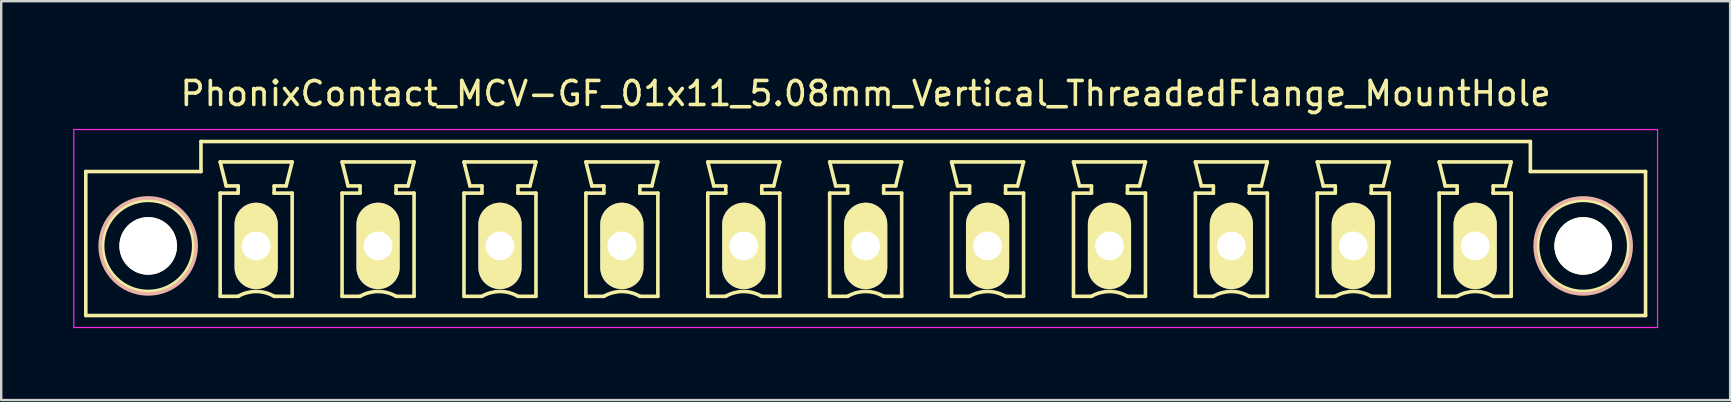
<source format=kicad_pcb>
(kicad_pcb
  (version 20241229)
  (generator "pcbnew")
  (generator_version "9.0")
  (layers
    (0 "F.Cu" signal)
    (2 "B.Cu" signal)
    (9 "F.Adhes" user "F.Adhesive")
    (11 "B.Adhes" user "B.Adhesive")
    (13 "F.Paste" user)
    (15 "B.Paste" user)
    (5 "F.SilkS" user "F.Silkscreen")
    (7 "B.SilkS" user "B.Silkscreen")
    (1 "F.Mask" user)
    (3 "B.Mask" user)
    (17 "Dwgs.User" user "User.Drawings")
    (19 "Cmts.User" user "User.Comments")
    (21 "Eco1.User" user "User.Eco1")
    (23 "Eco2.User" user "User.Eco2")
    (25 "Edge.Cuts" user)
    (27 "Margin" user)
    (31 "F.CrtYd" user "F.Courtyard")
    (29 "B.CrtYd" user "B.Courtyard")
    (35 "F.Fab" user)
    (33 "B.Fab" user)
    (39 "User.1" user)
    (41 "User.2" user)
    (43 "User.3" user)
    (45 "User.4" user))
  (footprint "PhonixContact_MCV-GF_01x11_5.08mm_Vertical_ThreadedFlange_MountHole"
    (layer "F.Cu")
    (at 7.625 7.198)
    (property "Reference" "PhonixContact_MCV-GF_01x11_5.08mm_Vertical_ThreadedFlange_MountHole" (at 25.4 -6.35 0) (layer "F.SilkS") (effects (font (size 1 1) (thickness 0.15))))
    (attr through_hole)
    (fp_line (start -7.1 -3.1) (end -7.1 2.9) (stroke (width 0.15) (type solid)) (layer "F.SilkS"))
    (fp_line (start -7.1 2.9) (end 57.9 2.9) (stroke (width 0.15) (type solid)) (layer "F.SilkS"))
    (fp_line (start -2.3 -4.35) (end -2.3 -3.1) (stroke (width 0.15) (type solid)) (layer "F.SilkS"))
    (fp_line (start -2.3 -3.1) (end -7.1 -3.1) (stroke (width 0.15) (type solid)) (layer "F.SilkS"))
    (fp_line (start -1.5 -3.5) (end 1.5 -3.5) (stroke (width 0.15) (type solid)) (layer "F.SilkS"))
    (fp_line (start -1.5 -2.2) (end -0.75 -2.2) (stroke (width 0.15) (type solid)) (layer "F.SilkS"))
    (fp_line (start -1.5 2.1) (end -1.5 -2.2) (stroke (width 0.15) (type solid)) (layer "F.SilkS"))
    (fp_line (start -1.25 -2.5) (end -1.5 -3.5) (stroke (width 0.15) (type solid)) (layer "F.SilkS"))
    (fp_line (start -0.75 -2.5) (end -1.25 -2.5) (stroke (width 0.15) (type solid)) (layer "F.SilkS"))
    (fp_line (start -0.75 -2.2) (end -0.75 -2.5) (stroke (width 0.15) (type solid)) (layer "F.SilkS"))
    (fp_line (start -0.75 2.1) (end -1.5 2.1) (stroke (width 0.15) (type solid)) (layer "F.SilkS"))
    (fp_line (start 0.75 -2.5) (end 0.75 -2.2) (stroke (width 0.15) (type solid)) (layer "F.SilkS"))
    (fp_line (start 0.75 -2.2) (end 0.75 -2.2) (stroke (width 0.15) (type solid)) (layer "F.SilkS"))
    (fp_line (start 0.75 -2.2) (end 1.5 -2.2) (stroke (width 0.15) (type solid)) (layer "F.SilkS"))
    (fp_line (start 1.25 -2.5) (end 0.75 -2.5) (stroke (width 0.15) (type solid)) (layer "F.SilkS"))
    (fp_line (start 1.5 -3.5) (end 1.25 -2.5) (stroke (width 0.15) (type solid)) (layer "F.SilkS"))
    (fp_line (start 1.5 -2.2) (end 1.5 2.1) (stroke (width 0.15) (type solid)) (layer "F.SilkS"))
    (fp_line (start 1.5 2.1) (end 0.75 2.1) (stroke (width 0.15) (type solid)) (layer "F.SilkS"))
    (fp_line (start 3.58 -3.5) (end 6.58 -3.5) (stroke (width 0.15) (type solid)) (layer "F.SilkS"))
    (fp_line (start 3.58 -2.2) (end 4.33 -2.2) (stroke (width 0.15) (type solid)) (layer "F.SilkS"))
    (fp_line (start 3.58 2.1) (end 3.58 -2.2) (stroke (width 0.15) (type solid)) (layer "F.SilkS"))
    (fp_line (start 3.83 -2.5) (end 3.58 -3.5) (stroke (width 0.15) (type solid)) (layer "F.SilkS"))
    (fp_line (start 4.33 -2.5) (end 3.83 -2.5) (stroke (width 0.15) (type solid)) (layer "F.SilkS"))
    (fp_line (start 4.33 -2.2) (end 4.33 -2.5) (stroke (width 0.15) (type solid)) (layer "F.SilkS"))
    (fp_line (start 4.33 2.1) (end 3.58 2.1) (stroke (width 0.15) (type solid)) (layer "F.SilkS"))
    (fp_line (start 5.83 -2.5) (end 5.83 -2.2) (stroke (width 0.15) (type solid)) (layer "F.SilkS"))
    (fp_line (start 5.83 -2.2) (end 5.83 -2.2) (stroke (width 0.15) (type solid)) (layer "F.SilkS"))
    (fp_line (start 5.83 -2.2) (end 6.58 -2.2) (stroke (width 0.15) (type solid)) (layer "F.SilkS"))
    (fp_line (start 6.33 -2.5) (end 5.83 -2.5) (stroke (width 0.15) (type solid)) (layer "F.SilkS"))
    (fp_line (start 6.58 -3.5) (end 6.33 -2.5) (stroke (width 0.15) (type solid)) (layer "F.SilkS"))
    (fp_line (start 6.58 -2.2) (end 6.58 2.1) (stroke (width 0.15) (type solid)) (layer "F.SilkS"))
    (fp_line (start 6.58 2.1) (end 5.83 2.1) (stroke (width 0.15) (type solid)) (layer "F.SilkS"))
    (fp_line (start 8.66 -3.5) (end 11.66 -3.5) (stroke (width 0.15) (type solid)) (layer "F.SilkS"))
    (fp_line (start 8.66 -2.2) (end 9.41 -2.2) (stroke (width 0.15) (type solid)) (layer "F.SilkS"))
    (fp_line (start 8.66 2.1) (end 8.66 -2.2) (stroke (width 0.15) (type solid)) (layer "F.SilkS"))
    (fp_line (start 8.91 -2.5) (end 8.66 -3.5) (stroke (width 0.15) (type solid)) (layer "F.SilkS"))
    (fp_line (start 9.41 -2.5) (end 8.91 -2.5) (stroke (width 0.15) (type solid)) (layer "F.SilkS"))
    (fp_line (start 9.41 -2.2) (end 9.41 -2.5) (stroke (width 0.15) (type solid)) (layer "F.SilkS"))
    (fp_line (start 9.41 2.1) (end 8.66 2.1) (stroke (width 0.15) (type solid)) (layer "F.SilkS"))
    (fp_line (start 10.91 -2.5) (end 10.91 -2.2) (stroke (width 0.15) (type solid)) (layer "F.SilkS"))
    (fp_line (start 10.91 -2.2) (end 10.91 -2.2) (stroke (width 0.15) (type solid)) (layer "F.SilkS"))
    (fp_line (start 10.91 -2.2) (end 11.66 -2.2) (stroke (width 0.15) (type solid)) (layer "F.SilkS"))
    (fp_line (start 11.41 -2.5) (end 10.91 -2.5) (stroke (width 0.15) (type solid)) (layer "F.SilkS"))
    (fp_line (start 11.66 -3.5) (end 11.41 -2.5) (stroke (width 0.15) (type solid)) (layer "F.SilkS"))
    (fp_line (start 11.66 -2.2) (end 11.66 2.1) (stroke (width 0.15) (type solid)) (layer "F.SilkS"))
    (fp_line (start 11.66 2.1) (end 10.91 2.1) (stroke (width 0.15) (type solid)) (layer "F.SilkS"))
    (fp_line (start 13.74 -3.5) (end 16.74 -3.5) (stroke (width 0.15) (type solid)) (layer "F.SilkS"))
    (fp_line (start 13.74 -2.2) (end 14.49 -2.2) (stroke (width 0.15) (type solid)) (layer "F.SilkS"))
    (fp_line (start 13.74 2.1) (end 13.74 -2.2) (stroke (width 0.15) (type solid)) (layer "F.SilkS"))
    (fp_line (start 13.99 -2.5) (end 13.74 -3.5) (stroke (width 0.15) (type solid)) (layer "F.SilkS"))
    (fp_line (start 14.49 -2.5) (end 13.99 -2.5) (stroke (width 0.15) (type solid)) (layer "F.SilkS"))
    (fp_line (start 14.49 -2.2) (end 14.49 -2.5) (stroke (width 0.15) (type solid)) (layer "F.SilkS"))
    (fp_line (start 14.49 2.1) (end 13.74 2.1) (stroke (width 0.15) (type solid)) (layer "F.SilkS"))
    (fp_line (start 15.99 -2.5) (end 15.99 -2.2) (stroke (width 0.15) (type solid)) (layer "F.SilkS"))
    (fp_line (start 15.99 -2.2) (end 15.99 -2.2) (stroke (width 0.15) (type solid)) (layer "F.SilkS"))
    (fp_line (start 15.99 -2.2) (end 16.74 -2.2) (stroke (width 0.15) (type solid)) (layer "F.SilkS"))
    (fp_line (start 16.49 -2.5) (end 15.99 -2.5) (stroke (width 0.15) (type solid)) (layer "F.SilkS"))
    (fp_line (start 16.74 -3.5) (end 16.49 -2.5) (stroke (width 0.15) (type solid)) (layer "F.SilkS"))
    (fp_line (start 16.74 -2.2) (end 16.74 2.1) (stroke (width 0.15) (type solid)) (layer "F.SilkS"))
    (fp_line (start 16.74 2.1) (end 15.99 2.1) (stroke (width 0.15) (type solid)) (layer "F.SilkS"))
    (fp_line (start 18.82 -3.5) (end 21.82 -3.5) (stroke (width 0.15) (type solid)) (layer "F.SilkS"))
    (fp_line (start 18.82 -2.2) (end 19.57 -2.2) (stroke (width 0.15) (type solid)) (layer "F.SilkS"))
    (fp_line (start 18.82 2.1) (end 18.82 -2.2) (stroke (width 0.15) (type solid)) (layer "F.SilkS"))
    (fp_line (start 19.07 -2.5) (end 18.82 -3.5) (stroke (width 0.15) (type solid)) (layer "F.SilkS"))
    (fp_line (start 19.57 -2.5) (end 19.07 -2.5) (stroke (width 0.15) (type solid)) (layer "F.SilkS"))
    (fp_line (start 19.57 -2.2) (end 19.57 -2.5) (stroke (width 0.15) (type solid)) (layer "F.SilkS"))
    (fp_line (start 19.57 2.1) (end 18.82 2.1) (stroke (width 0.15) (type solid)) (layer "F.SilkS"))
    (fp_line (start 21.07 -2.5) (end 21.07 -2.2) (stroke (width 0.15) (type solid)) (layer "F.SilkS"))
    (fp_line (start 21.07 -2.2) (end 21.07 -2.2) (stroke (width 0.15) (type solid)) (layer "F.SilkS"))
    (fp_line (start 21.07 -2.2) (end 21.82 -2.2) (stroke (width 0.15) (type solid)) (layer "F.SilkS"))
    (fp_line (start 21.57 -2.5) (end 21.07 -2.5) (stroke (width 0.15) (type solid)) (layer "F.SilkS"))
    (fp_line (start 21.82 -3.5) (end 21.57 -2.5) (stroke (width 0.15) (type solid)) (layer "F.SilkS"))
    (fp_line (start 21.82 -2.2) (end 21.82 2.1) (stroke (width 0.15) (type solid)) (layer "F.SilkS"))
    (fp_line (start 21.82 2.1) (end 21.07 2.1) (stroke (width 0.15) (type solid)) (layer "F.SilkS"))
    (fp_line (start 23.9 -3.5) (end 26.9 -3.5) (stroke (width 0.15) (type solid)) (layer "F.SilkS"))
    (fp_line (start 23.9 -2.2) (end 24.65 -2.2) (stroke (width 0.15) (type solid)) (layer "F.SilkS"))
    (fp_line (start 23.9 2.1) (end 23.9 -2.2) (stroke (width 0.15) (type solid)) (layer "F.SilkS"))
    (fp_line (start 24.15 -2.5) (end 23.9 -3.5) (stroke (width 0.15) (type solid)) (layer "F.SilkS"))
    (fp_line (start 24.65 -2.5) (end 24.15 -2.5) (stroke (width 0.15) (type solid)) (layer "F.SilkS"))
    (fp_line (start 24.65 -2.2) (end 24.65 -2.5) (stroke (width 0.15) (type solid)) (layer "F.SilkS"))
    (fp_line (start 24.65 2.1) (end 23.9 2.1) (stroke (width 0.15) (type solid)) (layer "F.SilkS"))
    (fp_line (start 26.15 -2.5) (end 26.15 -2.2) (stroke (width 0.15) (type solid)) (layer "F.SilkS"))
    (fp_line (start 26.15 -2.2) (end 26.15 -2.2) (stroke (width 0.15) (type solid)) (layer "F.SilkS"))
    (fp_line (start 26.15 -2.2) (end 26.9 -2.2) (stroke (width 0.15) (type solid)) (layer "F.SilkS"))
    (fp_line (start 26.65 -2.5) (end 26.15 -2.5) (stroke (width 0.15) (type solid)) (layer "F.SilkS"))
    (fp_line (start 26.9 -3.5) (end 26.65 -2.5) (stroke (width 0.15) (type solid)) (layer "F.SilkS"))
    (fp_line (start 26.9 -2.2) (end 26.9 2.1) (stroke (width 0.15) (type solid)) (layer "F.SilkS"))
    (fp_line (start 26.9 2.1) (end 26.15 2.1) (stroke (width 0.15) (type solid)) (layer "F.SilkS"))
    (fp_line (start 28.98 -3.5) (end 31.98 -3.5) (stroke (width 0.15) (type solid)) (layer "F.SilkS"))
    (fp_line (start 28.98 -2.2) (end 29.73 -2.2) (stroke (width 0.15) (type solid)) (layer "F.SilkS"))
    (fp_line (start 28.98 2.1) (end 28.98 -2.2) (stroke (width 0.15) (type solid)) (layer "F.SilkS"))
    (fp_line (start 29.23 -2.5) (end 28.98 -3.5) (stroke (width 0.15) (type solid)) (layer "F.SilkS"))
    (fp_line (start 29.73 -2.5) (end 29.23 -2.5) (stroke (width 0.15) (type solid)) (layer "F.SilkS"))
    (fp_line (start 29.73 -2.2) (end 29.73 -2.5) (stroke (width 0.15) (type solid)) (layer "F.SilkS"))
    (fp_line (start 29.73 2.1) (end 28.98 2.1) (stroke (width 0.15) (type solid)) (layer "F.SilkS"))
    (fp_line (start 31.23 -2.5) (end 31.23 -2.2) (stroke (width 0.15) (type solid)) (layer "F.SilkS"))
    (fp_line (start 31.23 -2.2) (end 31.23 -2.2) (stroke (width 0.15) (type solid)) (layer "F.SilkS"))
    (fp_line (start 31.23 -2.2) (end 31.98 -2.2) (stroke (width 0.15) (type solid)) (layer "F.SilkS"))
    (fp_line (start 31.73 -2.5) (end 31.23 -2.5) (stroke (width 0.15) (type solid)) (layer "F.SilkS"))
    (fp_line (start 31.98 -3.5) (end 31.73 -2.5) (stroke (width 0.15) (type solid)) (layer "F.SilkS"))
    (fp_line (start 31.98 -2.2) (end 31.98 2.1) (stroke (width 0.15) (type solid)) (layer "F.SilkS"))
    (fp_line (start 31.98 2.1) (end 31.23 2.1) (stroke (width 0.15) (type solid)) (layer "F.SilkS"))
    (fp_line (start 34.06 -3.5) (end 37.06 -3.5) (stroke (width 0.15) (type solid)) (layer "F.SilkS"))
    (fp_line (start 34.06 -2.2) (end 34.81 -2.2) (stroke (width 0.15) (type solid)) (layer "F.SilkS"))
    (fp_line (start 34.06 2.1) (end 34.06 -2.2) (stroke (width 0.15) (type solid)) (layer "F.SilkS"))
    (fp_line (start 34.31 -2.5) (end 34.06 -3.5) (stroke (width 0.15) (type solid)) (layer "F.SilkS"))
    (fp_line (start 34.81 -2.5) (end 34.31 -2.5) (stroke (width 0.15) (type solid)) (layer "F.SilkS"))
    (fp_line (start 34.81 -2.2) (end 34.81 -2.5) (stroke (width 0.15) (type solid)) (layer "F.SilkS"))
    (fp_line (start 34.81 2.1) (end 34.06 2.1) (stroke (width 0.15) (type solid)) (layer "F.SilkS"))
    (fp_line (start 36.31 -2.5) (end 36.31 -2.2) (stroke (width 0.15) (type solid)) (layer "F.SilkS"))
    (fp_line (start 36.31 -2.2) (end 36.31 -2.2) (stroke (width 0.15) (type solid)) (layer "F.SilkS"))
    (fp_line (start 36.31 -2.2) (end 37.06 -2.2) (stroke (width 0.15) (type solid)) (layer "F.SilkS"))
    (fp_line (start 36.81 -2.5) (end 36.31 -2.5) (stroke (width 0.15) (type solid)) (layer "F.SilkS"))
    (fp_line (start 37.06 -3.5) (end 36.81 -2.5) (stroke (width 0.15) (type solid)) (layer "F.SilkS"))
    (fp_line (start 37.06 -2.2) (end 37.06 2.1) (stroke (width 0.15) (type solid)) (layer "F.SilkS"))
    (fp_line (start 37.06 2.1) (end 36.31 2.1) (stroke (width 0.15) (type solid)) (layer "F.SilkS"))
    (fp_line (start 39.14 -3.5) (end 42.14 -3.5) (stroke (width 0.15) (type solid)) (layer "F.SilkS"))
    (fp_line (start 39.14 -2.2) (end 39.89 -2.2) (stroke (width 0.15) (type solid)) (layer "F.SilkS"))
    (fp_line (start 39.14 2.1) (end 39.14 -2.2) (stroke (width 0.15) (type solid)) (layer "F.SilkS"))
    (fp_line (start 39.39 -2.5) (end 39.14 -3.5) (stroke (width 0.15) (type solid)) (layer "F.SilkS"))
    (fp_line (start 39.89 -2.5) (end 39.39 -2.5) (stroke (width 0.15) (type solid)) (layer "F.SilkS"))
    (fp_line (start 39.89 -2.2) (end 39.89 -2.5) (stroke (width 0.15) (type solid)) (layer "F.SilkS"))
    (fp_line (start 39.89 2.1) (end 39.14 2.1) (stroke (width 0.15) (type solid)) (layer "F.SilkS"))
    (fp_line (start 41.39 -2.5) (end 41.39 -2.2) (stroke (width 0.15) (type solid)) (layer "F.SilkS"))
    (fp_line (start 41.39 -2.2) (end 41.39 -2.2) (stroke (width 0.15) (type solid)) (layer "F.SilkS"))
    (fp_line (start 41.39 -2.2) (end 42.14 -2.2) (stroke (width 0.15) (type solid)) (layer "F.SilkS"))
    (fp_line (start 41.89 -2.5) (end 41.39 -2.5) (stroke (width 0.15) (type solid)) (layer "F.SilkS"))
    (fp_line (start 42.14 -3.5) (end 41.89 -2.5) (stroke (width 0.15) (type solid)) (layer "F.SilkS"))
    (fp_line (start 42.14 -2.2) (end 42.14 2.1) (stroke (width 0.15) (type solid)) (layer "F.SilkS"))
    (fp_line (start 42.14 2.1) (end 41.39 2.1) (stroke (width 0.15) (type solid)) (layer "F.SilkS"))
    (fp_line (start 44.22 -3.5) (end 47.22 -3.5) (stroke (width 0.15) (type solid)) (layer "F.SilkS"))
    (fp_line (start 44.22 -2.2) (end 44.97 -2.2) (stroke (width 0.15) (type solid)) (layer "F.SilkS"))
    (fp_line (start 44.22 2.1) (end 44.22 -2.2) (stroke (width 0.15) (type solid)) (layer "F.SilkS"))
    (fp_line (start 44.47 -2.5) (end 44.22 -3.5) (stroke (width 0.15) (type solid)) (layer "F.SilkS"))
    (fp_line (start 44.97 -2.5) (end 44.47 -2.5) (stroke (width 0.15) (type solid)) (layer "F.SilkS"))
    (fp_line (start 44.97 -2.2) (end 44.97 -2.5) (stroke (width 0.15) (type solid)) (layer "F.SilkS"))
    (fp_line (start 44.97 2.1) (end 44.22 2.1) (stroke (width 0.15) (type solid)) (layer "F.SilkS"))
    (fp_line (start 46.47 -2.5) (end 46.47 -2.2) (stroke (width 0.15) (type solid)) (layer "F.SilkS"))
    (fp_line (start 46.47 -2.2) (end 46.47 -2.2) (stroke (width 0.15) (type solid)) (layer "F.SilkS"))
    (fp_line (start 46.47 -2.2) (end 47.22 -2.2) (stroke (width 0.15) (type solid)) (layer "F.SilkS"))
    (fp_line (start 46.97 -2.5) (end 46.47 -2.5) (stroke (width 0.15) (type solid)) (layer "F.SilkS"))
    (fp_line (start 47.22 -3.5) (end 46.97 -2.5) (stroke (width 0.15) (type solid)) (layer "F.SilkS"))
    (fp_line (start 47.22 -2.2) (end 47.22 2.1) (stroke (width 0.15) (type solid)) (layer "F.SilkS"))
    (fp_line (start 47.22 2.1) (end 46.47 2.1) (stroke (width 0.15) (type solid)) (layer "F.SilkS"))
    (fp_line (start 49.3 -3.5) (end 52.3 -3.5) (stroke (width 0.15) (type solid)) (layer "F.SilkS"))
    (fp_line (start 49.3 -2.2) (end 50.05 -2.2) (stroke (width 0.15) (type solid)) (layer "F.SilkS"))
    (fp_line (start 49.3 2.1) (end 49.3 -2.2) (stroke (width 0.15) (type solid)) (layer "F.SilkS"))
    (fp_line (start 49.55 -2.5) (end 49.3 -3.5) (stroke (width 0.15) (type solid)) (layer "F.SilkS"))
    (fp_line (start 50.05 -2.5) (end 49.55 -2.5) (stroke (width 0.15) (type solid)) (layer "F.SilkS"))
    (fp_line (start 50.05 -2.2) (end 50.05 -2.5) (stroke (width 0.15) (type solid)) (layer "F.SilkS"))
    (fp_line (start 50.05 2.1) (end 49.3 2.1) (stroke (width 0.15) (type solid)) (layer "F.SilkS"))
    (fp_line (start 51.55 -2.5) (end 51.55 -2.2) (stroke (width 0.15) (type solid)) (layer "F.SilkS"))
    (fp_line (start 51.55 -2.2) (end 51.55 -2.2) (stroke (width 0.15) (type solid)) (layer "F.SilkS"))
    (fp_line (start 51.55 -2.2) (end 52.3 -2.2) (stroke (width 0.15) (type solid)) (layer "F.SilkS"))
    (fp_line (start 52.05 -2.5) (end 51.55 -2.5) (stroke (width 0.15) (type solid)) (layer "F.SilkS"))
    (fp_line (start 52.3 -3.5) (end 52.05 -2.5) (stroke (width 0.15) (type solid)) (layer "F.SilkS"))
    (fp_line (start 52.3 -2.2) (end 52.3 2.1) (stroke (width 0.15) (type solid)) (layer "F.SilkS"))
    (fp_line (start 52.3 2.1) (end 51.55 2.1) (stroke (width 0.15) (type solid)) (layer "F.SilkS"))
    (fp_line (start 53.1 -4.35) (end -2.3 -4.35) (stroke (width 0.15) (type solid)) (layer "F.SilkS"))
    (fp_line (start 53.1 -3.1) (end 53.1 -4.35) (stroke (width 0.15) (type solid)) (layer "F.SilkS"))
    (fp_line (start 57.9 -3.1) (end 53.1 -3.1) (stroke (width 0.15) (type solid)) (layer "F.SilkS"))
    (fp_line (start 57.9 2.9) (end 57.9 -3.1) (stroke (width 0.15) (type solid)) (layer "F.SilkS"))
    (fp_arc (start -0.75 2.1) (mid -0.006068 1.899179) (end 0.739464 2.093978) (stroke (width 0.15) (type solid)) (layer "F.SilkS"))
    (fp_arc (start 4.33 2.1) (mid 5.073932 1.899179) (end 5.819464 2.093978) (stroke (width 0.15) (type solid)) (layer "F.SilkS"))
    (fp_arc (start 9.41 2.1) (mid 10.153932 1.899179) (end 10.899464 2.093978) (stroke (width 0.15) (type solid)) (layer "F.SilkS"))
    (fp_arc (start 14.49 2.1) (mid 15.233932 1.899179) (end 15.979464 2.093978) (stroke (width 0.15) (type solid)) (layer "F.SilkS"))
    (fp_arc (start 19.57 2.1) (mid 20.313932 1.899179) (end 21.059464 2.093978) (stroke (width 0.15) (type solid)) (layer "F.SilkS"))
    (fp_arc (start 24.65 2.1) (mid 25.393932 1.899179) (end 26.139464 2.093978) (stroke (width 0.15) (type solid)) (layer "F.SilkS"))
    (fp_arc (start 29.73 2.1) (mid 30.473932 1.899179) (end 31.219464 2.093978) (stroke (width 0.15) (type solid)) (layer "F.SilkS"))
    (fp_arc (start 34.81 2.1) (mid 35.553932 1.899179) (end 36.299464 2.093978) (stroke (width 0.15) (type solid)) (layer "F.SilkS"))
    (fp_arc (start 39.89 2.1) (mid 40.633932 1.899179) (end 41.379464 2.093978) (stroke (width 0.15) (type solid)) (layer "F.SilkS"))
    (fp_arc (start 44.97 2.1) (mid 45.713932 1.899179) (end 46.459464 2.093978) (stroke (width 0.15) (type solid)) (layer "F.SilkS"))
    (fp_arc (start 50.05 2.1) (mid 50.793932 1.899179) (end 51.539464 2.093978) (stroke (width 0.15) (type solid)) (layer "F.SilkS"))
    (fp_circle (center -4.5 0) (end -2.6 0) (stroke (width 0.15) (type solid)) (fill no) (layer "F.SilkS"))
    (fp_circle (center 55.3 0) (end 57.2 0) (stroke (width 0.15) (type solid)) (fill no) (layer "F.SilkS"))
    (fp_circle (center -4.5 0) (end -2.5 0) (stroke (width 0.15) (type solid)) (fill no) (layer "B.SilkS"))
    (fp_circle (center 55.3 0) (end 57.3 0) (stroke (width 0.15) (type solid)) (fill no) (layer "B.SilkS"))
    (fp_line (start -7.6 -4.85) (end -7.6 3.4) (stroke (width 0.05) (type solid)) (layer "F.CrtYd"))
    (fp_line (start -7.6 3.4) (end 58.4 3.4) (stroke (width 0.05) (type solid)) (layer "F.CrtYd"))
    (fp_line (start 58.4 -4.85) (end -7.6 -4.85) (stroke (width 0.05) (type solid)) (layer "F.CrtYd"))
    (fp_line (start 58.4 3.4) (end 58.4 -4.85) (stroke (width 0.05) (type solid)) (layer "F.CrtYd"))
    (pad "" np_thru_hole circle (at -4.5 0) (size 2.4 2.4) (drill 2.4) (layers "*.Cu" "*.Mask" "F.SilkS"))
    (pad "" np_thru_hole circle (at 55.3 0) (size 2.4 2.4) (drill 2.4) (layers "*.Cu" "*.Mask" "F.SilkS"))
    (pad "1" thru_hole oval (at 0 0) (size 1.8 3.6) (drill 1.2) (layers "*.Cu" "*.Mask" "F.SilkS"))
    (pad "2" thru_hole oval (at 5.08 0) (size 1.8 3.6) (drill 1.2) (layers "*.Cu" "*.Mask" "F.SilkS"))
    (pad "3" thru_hole oval (at 10.16 0) (size 1.8 3.6) (drill 1.2) (layers "*.Cu" "*.Mask" "F.SilkS"))
    (pad "4" thru_hole oval (at 15.24 0) (size 1.8 3.6) (drill 1.2) (layers "*.Cu" "*.Mask" "F.SilkS"))
    (pad "5" thru_hole oval (at 20.32 0) (size 1.8 3.6) (drill 1.2) (layers "*.Cu" "*.Mask" "F.SilkS"))
    (pad "6" thru_hole oval (at 25.4 0) (size 1.8 3.6) (drill 1.2) (layers "*.Cu" "*.Mask" "F.SilkS"))
    (pad "7" thru_hole oval (at 30.48 0) (size 1.8 3.6) (drill 1.2) (layers "*.Cu" "*.Mask" "F.SilkS"))
    (pad "8" thru_hole oval (at 35.56 0) (size 1.8 3.6) (drill 1.2) (layers "*.Cu" "*.Mask" "F.SilkS"))
    (pad "9" thru_hole oval (at 40.64 0) (size 1.8 3.6) (drill 1.2) (layers "*.Cu" "*.Mask" "F.SilkS"))
    (pad "10" thru_hole oval (at 45.72 0) (size 1.8 3.6) (drill 1.2) (layers "*.Cu" "*.Mask" "F.SilkS"))
    (pad "11" thru_hole oval (at 50.8 0) (size 1.8 3.6) (drill 1.2) (layers "*.Cu" "*.Mask" "F.SilkS")))
  (gr_rect
    (start -3 -3)
    (end 69.05 13.623)
    (stroke (width 0.1) (type default))
    (fill no)
    (layer "Edge.Cuts")))
</source>
